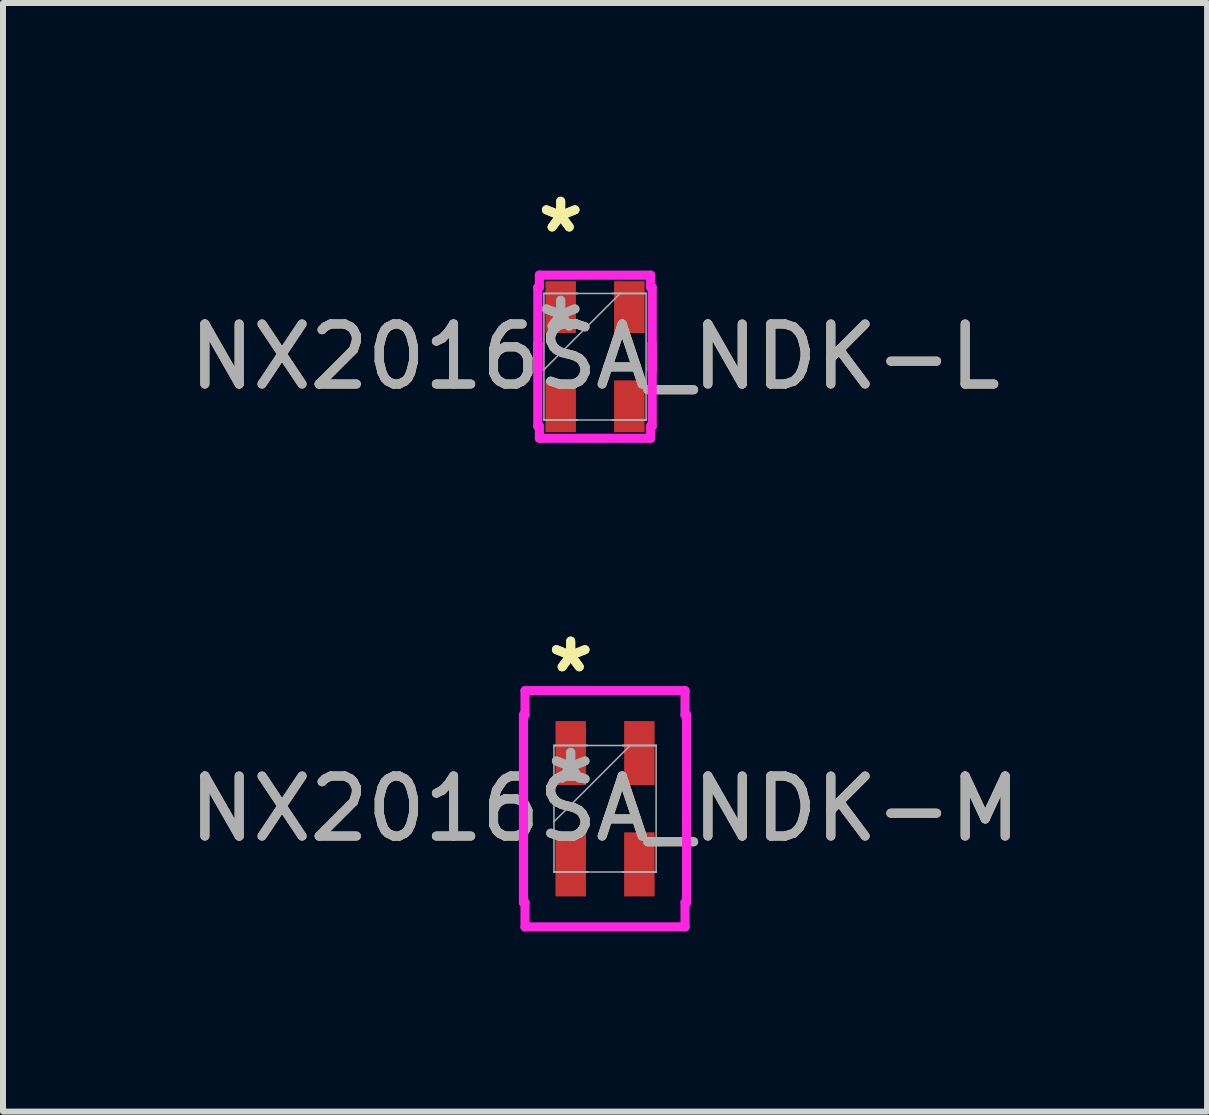
<source format=kicad_pcb>
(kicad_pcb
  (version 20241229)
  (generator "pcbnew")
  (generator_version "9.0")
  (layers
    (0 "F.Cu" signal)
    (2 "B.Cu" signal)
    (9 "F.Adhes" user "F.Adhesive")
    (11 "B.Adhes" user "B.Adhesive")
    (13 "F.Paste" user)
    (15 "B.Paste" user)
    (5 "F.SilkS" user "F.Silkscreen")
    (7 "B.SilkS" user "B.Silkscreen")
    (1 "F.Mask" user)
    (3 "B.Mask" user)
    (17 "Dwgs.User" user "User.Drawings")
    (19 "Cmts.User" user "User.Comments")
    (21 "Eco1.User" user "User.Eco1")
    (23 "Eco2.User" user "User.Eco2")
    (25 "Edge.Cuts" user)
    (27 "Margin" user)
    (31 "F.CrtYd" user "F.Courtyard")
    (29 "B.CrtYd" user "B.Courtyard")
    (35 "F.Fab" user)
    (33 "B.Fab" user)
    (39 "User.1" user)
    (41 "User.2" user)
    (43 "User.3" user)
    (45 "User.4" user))
  (footprint "NX2016SA_NDK-M"
    (layer "F.Cu")
    (at 7.03 10.424)
    (property "Reference" "NX2016SA_NDK-M" (at 0 0 0) (unlocked yes) (layer "F.SilkS") (effects (font (size 1 1) (thickness 0.15))))
    (attr smd)
    (fp_line (start -1.359 -1.562) (end -1.333 -1.562) (stroke (width 0.152) (type solid)) (layer "F.CrtYd"))
    (fp_line (start -1.359 -0.191) (end -1.359 -1.562) (stroke (width 0.152) (type solid)) (layer "F.CrtYd"))
    (fp_line (start -1.359 -0.191) (end -1.359 -0.191) (stroke (width 0.152) (type solid)) (layer "F.CrtYd"))
    (fp_line (start -1.359 0.191) (end -1.359 -0.191) (stroke (width 0.152) (type solid)) (layer "F.CrtYd"))
    (fp_line (start -1.359 0.191) (end -1.359 0.191) (stroke (width 0.152) (type solid)) (layer "F.CrtYd"))
    (fp_line (start -1.359 1.562) (end -1.359 0.191) (stroke (width 0.152) (type solid)) (layer "F.CrtYd"))
    (fp_line (start -1.333 -1.968) (end 1.333 -1.968) (stroke (width 0.152) (type solid)) (layer "F.CrtYd"))
    (fp_line (start -1.333 -1.562) (end -1.333 -1.968) (stroke (width 0.152) (type solid)) (layer "F.CrtYd"))
    (fp_line (start -1.333 1.562) (end -1.359 1.562) (stroke (width 0.152) (type solid)) (layer "F.CrtYd"))
    (fp_line (start -1.333 1.968) (end -1.333 1.562) (stroke (width 0.152) (type solid)) (layer "F.CrtYd"))
    (fp_line (start 1.333 -1.968) (end 1.333 -1.562) (stroke (width 0.152) (type solid)) (layer "F.CrtYd"))
    (fp_line (start 1.333 -1.562) (end 1.359 -1.562) (stroke (width 0.152) (type solid)) (layer "F.CrtYd"))
    (fp_line (start 1.333 1.562) (end 1.333 1.968) (stroke (width 0.152) (type solid)) (layer "F.CrtYd"))
    (fp_line (start 1.333 1.968) (end -1.333 1.968) (stroke (width 0.152) (type solid)) (layer "F.CrtYd"))
    (fp_line (start 1.359 -1.562) (end 1.359 -0.191) (stroke (width 0.152) (type solid)) (layer "F.CrtYd"))
    (fp_line (start 1.359 -0.191) (end 1.359 -0.191) (stroke (width 0.152) (type solid)) (layer "F.CrtYd"))
    (fp_line (start 1.359 -0.191) (end 1.359 0.191) (stroke (width 0.152) (type solid)) (layer "F.CrtYd"))
    (fp_line (start 1.359 0.191) (end 1.359 0.191) (stroke (width 0.152) (type solid)) (layer "F.CrtYd"))
    (fp_line (start 1.359 0.191) (end 1.359 1.562) (stroke (width 0.152) (type solid)) (layer "F.CrtYd"))
    (fp_line (start 1.359 1.562) (end 1.333 1.562) (stroke (width 0.152) (type solid)) (layer "F.CrtYd"))
    (fp_line (start -0.851 -1.054) (end -0.851 -1.054) (stroke (width 0.025) (type solid)) (layer "F.Fab"))
    (fp_line (start -0.851 -1.054) (end -0.851 -1.054) (stroke (width 0.025) (type solid)) (layer "F.Fab"))
    (fp_line (start -0.851 -1.054) (end -0.851 1.054) (stroke (width 0.025) (type solid)) (layer "F.Fab"))
    (fp_line (start -0.851 -1.054) (end -0.292 -1.054) (stroke (width 0.025) (type solid)) (layer "F.Fab"))
    (fp_line (start -0.851 0.216) (end 0.419 -1.054) (stroke (width 0.025) (type solid)) (layer "F.Fab"))
    (fp_line (start -0.851 1.054) (end -0.851 1.054) (stroke (width 0.025) (type solid)) (layer "F.Fab"))
    (fp_line (start -0.851 1.054) (end -0.851 1.054) (stroke (width 0.025) (type solid)) (layer "F.Fab"))
    (fp_line (start -0.851 1.054) (end -0.292 1.054) (stroke (width 0.025) (type solid)) (layer "F.Fab"))
    (fp_line (start -0.851 1.054) (end 0.851 1.054) (stroke (width 0.025) (type solid)) (layer "F.Fab"))
    (fp_line (start -0.292 -1.054) (end -0.851 -1.054) (stroke (width 0.025) (type solid)) (layer "F.Fab"))
    (fp_line (start -0.292 -1.054) (end -0.292 -1.054) (stroke (width 0.025) (type solid)) (layer "F.Fab"))
    (fp_line (start -0.292 1.054) (end -0.851 1.054) (stroke (width 0.025) (type solid)) (layer "F.Fab"))
    (fp_line (start -0.292 1.054) (end -0.292 1.054) (stroke (width 0.025) (type solid)) (layer "F.Fab"))
    (fp_line (start 0.292 -1.054) (end 0.292 -1.054) (stroke (width 0.025) (type solid)) (layer "F.Fab"))
    (fp_line (start 0.292 -1.054) (end 0.851 -1.054) (stroke (width 0.025) (type solid)) (layer "F.Fab"))
    (fp_line (start 0.292 1.054) (end 0.292 1.054) (stroke (width 0.025) (type solid)) (layer "F.Fab"))
    (fp_line (start 0.292 1.054) (end 0.851 1.054) (stroke (width 0.025) (type solid)) (layer "F.Fab"))
    (fp_line (start 0.851 -1.054) (end -0.851 -1.054) (stroke (width 0.025) (type solid)) (layer "F.Fab"))
    (fp_line (start 0.851 -1.054) (end 0.292 -1.054) (stroke (width 0.025) (type solid)) (layer "F.Fab"))
    (fp_line (start 0.851 -1.054) (end 0.851 -1.054) (stroke (width 0.025) (type solid)) (layer "F.Fab"))
    (fp_line (start 0.851 -1.054) (end 0.851 -1.054) (stroke (width 0.025) (type solid)) (layer "F.Fab"))
    (fp_line (start 0.851 1.054) (end 0.292 1.054) (stroke (width 0.025) (type solid)) (layer "F.Fab"))
    (fp_line (start 0.851 1.054) (end 0.851 -1.054) (stroke (width 0.025) (type solid)) (layer "F.Fab"))
    (fp_line (start 0.851 1.054) (end 0.851 1.054) (stroke (width 0.025) (type solid)) (layer "F.Fab"))
    (fp_line (start 0.851 1.054) (end 0.851 1.054) (stroke (width 0.025) (type solid)) (layer "F.Fab"))
    (fp_text user "*" (at -0.572 -2.248 0) (layer "F.SilkS") (effects (font (size 1 1) (thickness 0.15))))
    (fp_text user "*" (at -0.572 -2.248 0) (unlocked yes) (layer "F.SilkS") (effects (font (size 1 1) (thickness 0.15))))
    (fp_text user "${REFERENCE}" (at 0 0 0) (unlocked yes) (layer "F.Fab") (effects (font (size 1 1) (thickness 0.15))))
    (fp_text user "*" (at -0.572 -0.394 0) (unlocked yes) (layer "F.Fab") (effects (font (size 1 1) (thickness 0.15))))
    (fp_text user "*" (at -0.572 -0.394 0) (layer "F.Fab") (effects (font (size 1 1) (thickness 0.15))))
    (pad "1" smd rect (at -0.572 -0.927) (size 0.508 1.067) (layers "F.Cu" "F.Mask" "F.Paste"))
    (pad "2" smd rect (at -0.572 0.927) (size 0.508 1.067) (layers "F.Cu" "F.Mask" "F.Paste"))
    (pad "3" smd rect (at 0.572 0.927) (size 0.508 1.067) (layers "F.Cu" "F.Mask" "F.Paste"))
    (pad "4" smd rect (at 0.572 -0.927) (size 0.508 1.067) (layers "F.Cu" "F.Mask" "F.Paste")))
  (footprint "NX2016SA_NDK-L"
    (layer "F.Cu")
    (at 6.863 2.893)
    (property "Reference" "NX2016SA_NDK-L" (at 0 0 0) (unlocked yes) (layer "F.SilkS") (effects (font (size 1 1) (thickness 0.15))))
    (attr smd)
    (fp_line (start -0.953 -1.156) (end -0.927 -1.156) (stroke (width 0.152) (type solid)) (layer "F.CrtYd"))
    (fp_line (start -0.953 -0.216) (end -0.953 -0.216) (stroke (width 0.152) (type solid)) (layer "F.CrtYd"))
    (fp_line (start -0.953 -0.216) (end -0.953 0.216) (stroke (width 0.152) (type solid)) (layer "F.CrtYd"))
    (fp_line (start -0.953 0.216) (end -0.953 -1.156) (stroke (width 0.152) (type solid)) (layer "F.CrtYd"))
    (fp_line (start -0.953 0.216) (end -0.953 0.216) (stroke (width 0.152) (type solid)) (layer "F.CrtYd"))
    (fp_line (start -0.953 1.156) (end -0.953 -0.216) (stroke (width 0.152) (type solid)) (layer "F.CrtYd"))
    (fp_line (start -0.927 -1.359) (end 0.927 -1.359) (stroke (width 0.152) (type solid)) (layer "F.CrtYd"))
    (fp_line (start -0.927 -1.156) (end -0.927 -1.359) (stroke (width 0.152) (type solid)) (layer "F.CrtYd"))
    (fp_line (start -0.927 1.156) (end -0.953 1.156) (stroke (width 0.152) (type solid)) (layer "F.CrtYd"))
    (fp_line (start -0.927 1.359) (end -0.927 1.156) (stroke (width 0.152) (type solid)) (layer "F.CrtYd"))
    (fp_line (start 0.927 -1.359) (end 0.927 -1.156) (stroke (width 0.152) (type solid)) (layer "F.CrtYd"))
    (fp_line (start 0.927 -1.156) (end 0.953 -1.156) (stroke (width 0.152) (type solid)) (layer "F.CrtYd"))
    (fp_line (start 0.927 1.156) (end 0.927 1.359) (stroke (width 0.152) (type solid)) (layer "F.CrtYd"))
    (fp_line (start 0.927 1.359) (end -0.927 1.359) (stroke (width 0.152) (type solid)) (layer "F.CrtYd"))
    (fp_line (start 0.953 -1.156) (end 0.953 0.216) (stroke (width 0.152) (type solid)) (layer "F.CrtYd"))
    (fp_line (start 0.953 -0.216) (end 0.953 -0.216) (stroke (width 0.152) (type solid)) (layer "F.CrtYd"))
    (fp_line (start 0.953 -0.216) (end 0.953 1.156) (stroke (width 0.152) (type solid)) (layer "F.CrtYd"))
    (fp_line (start 0.953 0.216) (end 0.953 -0.216) (stroke (width 0.152) (type solid)) (layer "F.CrtYd"))
    (fp_line (start 0.953 0.216) (end 0.953 0.216) (stroke (width 0.152) (type solid)) (layer "F.CrtYd"))
    (fp_line (start 0.953 1.156) (end 0.927 1.156) (stroke (width 0.152) (type solid)) (layer "F.CrtYd"))
    (fp_line (start -0.851 -1.054) (end -0.851 -1.054) (stroke (width 0.025) (type solid)) (layer "F.Fab"))
    (fp_line (start -0.851 -1.054) (end -0.851 -1.054) (stroke (width 0.025) (type solid)) (layer "F.Fab"))
    (fp_line (start -0.851 -1.054) (end -0.851 1.054) (stroke (width 0.025) (type solid)) (layer "F.Fab"))
    (fp_line (start -0.851 -1.054) (end -0.292 -1.054) (stroke (width 0.025) (type solid)) (layer "F.Fab"))
    (fp_line (start -0.851 0.216) (end 0.419 -1.054) (stroke (width 0.025) (type solid)) (layer "F.Fab"))
    (fp_line (start -0.851 1.054) (end -0.851 1.054) (stroke (width 0.025) (type solid)) (layer "F.Fab"))
    (fp_line (start -0.851 1.054) (end -0.851 1.054) (stroke (width 0.025) (type solid)) (layer "F.Fab"))
    (fp_line (start -0.851 1.054) (end -0.292 1.054) (stroke (width 0.025) (type solid)) (layer "F.Fab"))
    (fp_line (start -0.851 1.054) (end 0.851 1.054) (stroke (width 0.025) (type solid)) (layer "F.Fab"))
    (fp_line (start -0.292 -1.054) (end -0.851 -1.054) (stroke (width 0.025) (type solid)) (layer "F.Fab"))
    (fp_line (start -0.292 -1.054) (end -0.292 -1.054) (stroke (width 0.025) (type solid)) (layer "F.Fab"))
    (fp_line (start -0.292 1.054) (end -0.851 1.054) (stroke (width 0.025) (type solid)) (layer "F.Fab"))
    (fp_line (start -0.292 1.054) (end -0.292 1.054) (stroke (width 0.025) (type solid)) (layer "F.Fab"))
    (fp_line (start 0.292 -1.054) (end 0.292 -1.054) (stroke (width 0.025) (type solid)) (layer "F.Fab"))
    (fp_line (start 0.292 -1.054) (end 0.851 -1.054) (stroke (width 0.025) (type solid)) (layer "F.Fab"))
    (fp_line (start 0.292 1.054) (end 0.292 1.054) (stroke (width 0.025) (type solid)) (layer "F.Fab"))
    (fp_line (start 0.292 1.054) (end 0.851 1.054) (stroke (width 0.025) (type solid)) (layer "F.Fab"))
    (fp_line (start 0.851 -1.054) (end -0.851 -1.054) (stroke (width 0.025) (type solid)) (layer "F.Fab"))
    (fp_line (start 0.851 -1.054) (end 0.292 -1.054) (stroke (width 0.025) (type solid)) (layer "F.Fab"))
    (fp_line (start 0.851 -1.054) (end 0.851 -1.054) (stroke (width 0.025) (type solid)) (layer "F.Fab"))
    (fp_line (start 0.851 -1.054) (end 0.851 -1.054) (stroke (width 0.025) (type solid)) (layer "F.Fab"))
    (fp_line (start 0.851 1.054) (end 0.292 1.054) (stroke (width 0.025) (type solid)) (layer "F.Fab"))
    (fp_line (start 0.851 1.054) (end 0.851 -1.054) (stroke (width 0.025) (type solid)) (layer "F.Fab"))
    (fp_line (start 0.851 1.054) (end 0.851 1.054) (stroke (width 0.025) (type solid)) (layer "F.Fab"))
    (fp_line (start 0.851 1.054) (end 0.851 1.054) (stroke (width 0.025) (type solid)) (layer "F.Fab"))
    (fp_text user "*" (at -0.572 -2.045 0) (layer "F.SilkS") (effects (font (size 1 1) (thickness 0.15))))
    (fp_text user "*" (at -0.572 -2.045 0) (unlocked yes) (layer "F.SilkS") (effects (font (size 1 1) (thickness 0.15))))
    (fp_text user "*" (at -0.572 -0.394 0) (unlocked yes) (layer "F.Fab") (effects (font (size 1 1) (thickness 0.15))))
    (fp_text user "${REFERENCE}" (at 0 0 0) (unlocked yes) (layer "F.Fab") (effects (font (size 1 1) (thickness 0.15))))
    (fp_text user "*" (at -0.572 -0.394 0) (layer "F.Fab") (effects (font (size 1 1) (thickness 0.15))))
    (pad "1" smd rect (at -0.572 -0.826) (size 0.508 0.864) (layers "F.Cu" "F.Mask" "F.Paste"))
    (pad "2" smd rect (at -0.572 0.826) (size 0.508 0.864) (layers "F.Cu" "F.Mask" "F.Paste"))
    (pad "3" smd rect (at 0.572 0.826) (size 0.508 0.864) (layers "F.Cu" "F.Mask" "F.Paste"))
    (pad "4" smd rect (at 0.572 -0.826) (size 0.508 0.864) (layers "F.Cu" "F.Mask" "F.Paste")))
  (gr_rect
    (start -3 -3)
    (end 17.06 15.469)
    (stroke (width 0.1) (type default))
    (fill no)
    (layer "Edge.Cuts")))
</source>
